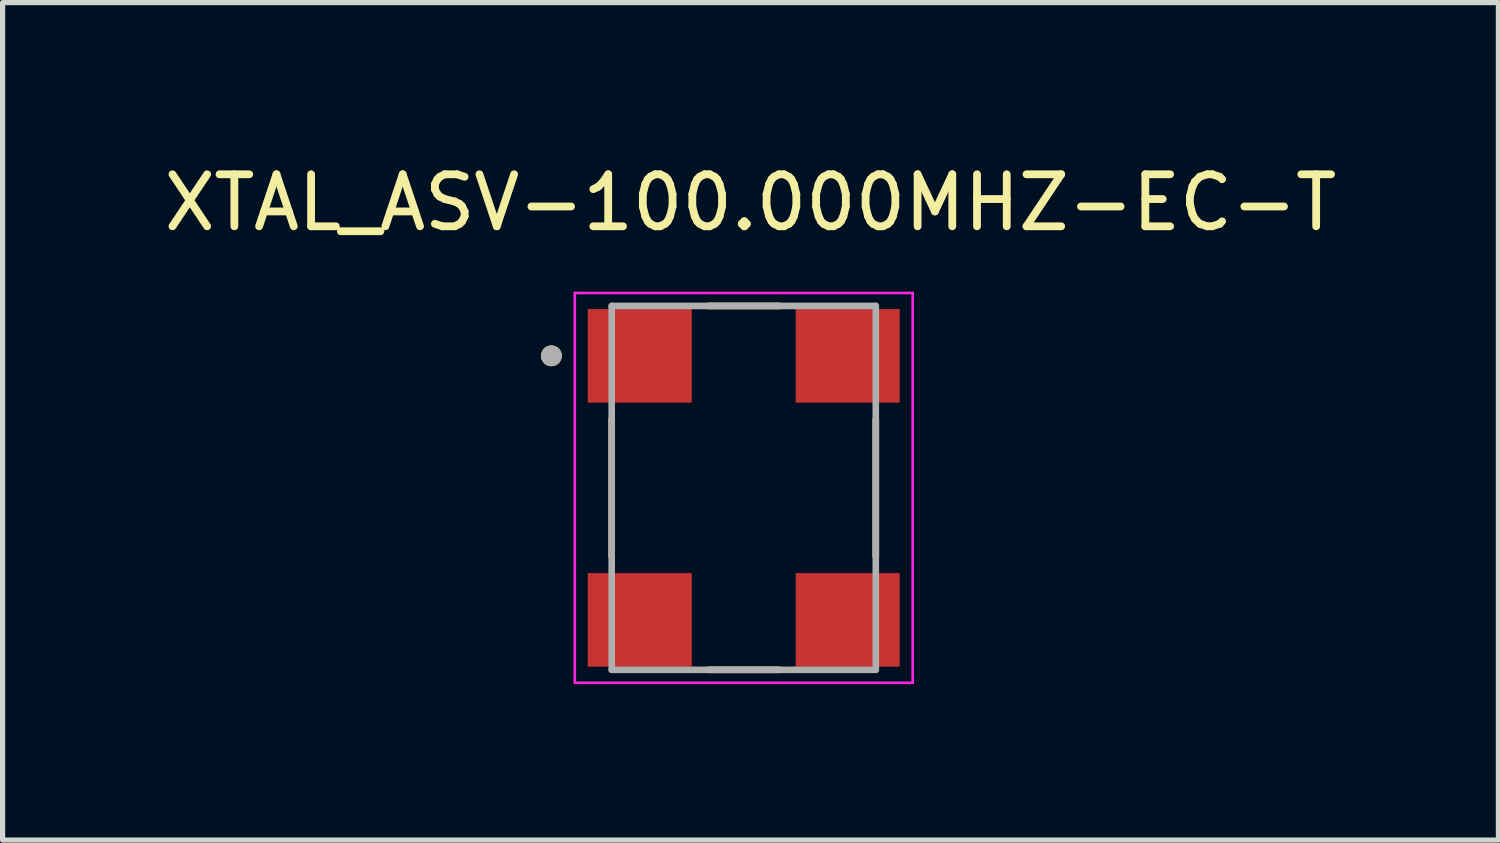
<source format=kicad_pcb>
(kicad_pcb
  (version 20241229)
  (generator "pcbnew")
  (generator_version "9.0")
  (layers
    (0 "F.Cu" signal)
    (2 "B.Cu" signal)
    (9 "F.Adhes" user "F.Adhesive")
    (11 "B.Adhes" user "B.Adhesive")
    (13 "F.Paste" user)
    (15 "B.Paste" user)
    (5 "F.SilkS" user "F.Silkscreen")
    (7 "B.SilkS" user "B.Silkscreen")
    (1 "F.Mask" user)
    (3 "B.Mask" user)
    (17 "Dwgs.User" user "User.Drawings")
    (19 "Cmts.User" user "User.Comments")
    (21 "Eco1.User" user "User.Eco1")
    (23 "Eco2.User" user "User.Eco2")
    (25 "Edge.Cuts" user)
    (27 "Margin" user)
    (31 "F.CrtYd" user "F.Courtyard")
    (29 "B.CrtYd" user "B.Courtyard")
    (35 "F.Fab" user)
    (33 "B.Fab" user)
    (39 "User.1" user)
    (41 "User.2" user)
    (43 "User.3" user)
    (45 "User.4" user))
  (footprint "XTAL_ASV-100.000MHZ-EC-T"
    (layer "F.Cu")
    (at 11.257 6.335)
    (property "Reference" "XTAL_ASV-100.000MHZ-EC-T" (at 0.13 -5.487 0) (layer "F.SilkS") (effects (font (size 1 1) (thickness 0.15))))
    (attr smd)
    (fp_line (start -2.54 -1.32) (end -2.54 1.32) (stroke (width 0.127) (type solid)) (layer "F.SilkS"))
    (fp_line (start -0.68 -3.5) (end 0.68 -3.5) (stroke (width 0.127) (type solid)) (layer "F.SilkS"))
    (fp_line (start -0.68 3.5) (end 0.68 3.5) (stroke (width 0.127) (type solid)) (layer "F.SilkS"))
    (fp_line (start 2.54 -1.32) (end 2.54 1.32) (stroke (width 0.127) (type solid)) (layer "F.SilkS"))
    (fp_circle (center -3.7 -2.54) (end -3.6 -2.54) (stroke (width 0.2) (type solid)) (fill no) (layer "F.SilkS"))
    (fp_line (start -3.25 -3.75) (end -3.25 3.75) (stroke (width 0.05) (type solid)) (layer "F.CrtYd"))
    (fp_line (start -3.25 3.75) (end 3.25 3.75) (stroke (width 0.05) (type solid)) (layer "F.CrtYd"))
    (fp_line (start 3.25 -3.75) (end -3.25 -3.75) (stroke (width 0.05) (type solid)) (layer "F.CrtYd"))
    (fp_line (start 3.25 3.75) (end 3.25 -3.75) (stroke (width 0.05) (type solid)) (layer "F.CrtYd"))
    (fp_line (start -2.54 -3.5) (end 2.54 -3.5) (stroke (width 0.127) (type solid)) (layer "F.Fab"))
    (fp_line (start -2.54 3.5) (end -2.54 -3.5) (stroke (width 0.127) (type solid)) (layer "F.Fab"))
    (fp_line (start 2.54 -3.5) (end 2.54 3.5) (stroke (width 0.127) (type solid)) (layer "F.Fab"))
    (fp_line (start 2.54 3.5) (end -2.54 3.5) (stroke (width 0.127) (type solid)) (layer "F.Fab"))
    (fp_circle (center -3.7 -2.54) (end -3.6 -2.54) (stroke (width 0.2) (type solid)) (fill no) (layer "F.Fab"))
    (pad "1" smd rect (at -2 -2.54) (size 2 1.8) (layers "F.Cu" "F.Mask" "F.Paste"))
    (pad "2" smd rect (at -2 2.54) (size 2 1.8) (layers "F.Cu" "F.Mask" "F.Paste"))
    (pad "3" smd rect (at 2 2.54) (size 2 1.8) (layers "F.Cu" "F.Mask" "F.Paste"))
    (pad "4" smd rect (at 2 -2.54) (size 2 1.8) (layers "F.Cu" "F.Mask" "F.Paste")))
  (gr_rect
    (start -3 -3)
    (end 25.774 13.11)
    (stroke (width 0.1) (type default))
    (fill no)
    (layer "Edge.Cuts")))
</source>
